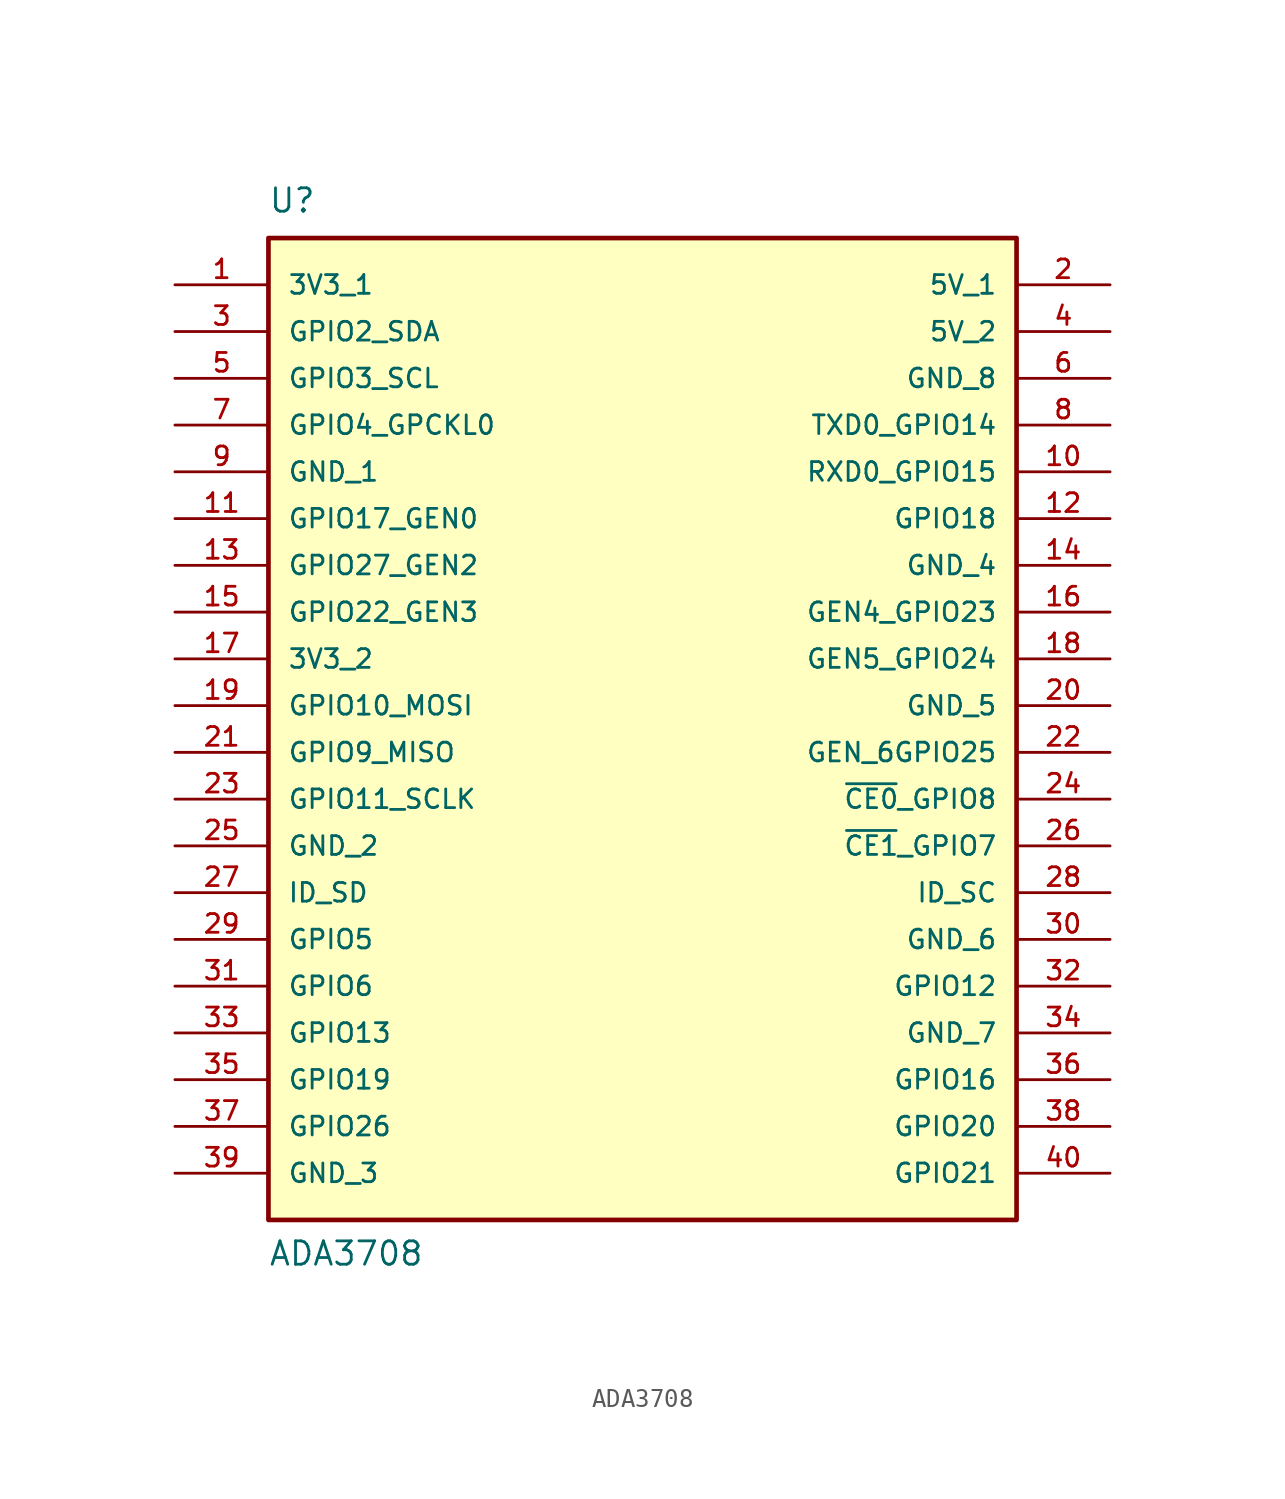
<source format=kicad_sym>
(kicad_symbol_lib
  (version 20211014)
  (generator kicad_symbol_editor)
  (symbol "ADA3708"
    (pin_names
      (offset 1.016))
    (property "Reference" "U"
      (at -20.34 26.696 0)
      (effects (font (size 1.27 1.27)) (justify bottom left)))
    (property "Value" "ADA3708"
      (at -20.339 -30.509 0)
      (effects (font (size 1.27 1.27)) (justify bottom left)))
    (symbol "ADA3708_0_0"
      (rectangle (start -20.32 -27.94) (end 20.32 25.4) (stroke (width 0.254)) (fill (type background)))
      (pin power_in line (at 25.4 22.86 180.0) (length 5.08) (name "5V_1" (effects (font (size 1.016 1.016)))) (number "2" (effects (font (size 1.016 1.016)))))
      (pin power_in line (at -25.4 22.86 0) (length 5.08) (name "3V3_1" (effects (font (size 1.016 1.016)))) (number "1" (effects (font (size 1.016 1.016)))))
      (pin bidirectional line (at -25.4 20.32 0) (length 5.08) (name "GPIO2_SDA" (effects (font (size 1.016 1.016)))) (number "3" (effects (font (size 1.016 1.016)))))
      (pin power_in line (at 25.4 20.32 180.0) (length 5.08) (name "5V_2" (effects (font (size 1.016 1.016)))) (number "4" (effects (font (size 1.016 1.016)))))
      (pin bidirectional line (at -25.4 17.78 0) (length 5.08) (name "GPIO3_SCL" (effects (font (size 1.016 1.016)))) (number "5" (effects (font (size 1.016 1.016)))))
      (pin power_in line (at 25.4 17.78 180.0) (length 5.08) (name "GND_8" (effects (font (size 1.016 1.016)))) (number "6" (effects (font (size 1.016 1.016)))))
      (pin bidirectional line (at -25.4 15.24 0) (length 5.08) (name "GPIO4_GPCKL0" (effects (font (size 1.016 1.016)))) (number "7" (effects (font (size 1.016 1.016)))))
      (pin bidirectional line (at 25.4 15.24 180.0) (length 5.08) (name "TXD0_GPIO14" (effects (font (size 1.016 1.016)))) (number "8" (effects (font (size 1.016 1.016)))))
      (pin power_in line (at -25.4 12.7 0) (length 5.08) (name "GND_1" (effects (font (size 1.016 1.016)))) (number "9" (effects (font (size 1.016 1.016)))))
      (pin bidirectional line (at 25.4 12.7 180.0) (length 5.08) (name "RXD0_GPIO15" (effects (font (size 1.016 1.016)))) (number "10" (effects (font (size 1.016 1.016)))))
      (pin bidirectional line (at -25.4 10.16 0) (length 5.08) (name "GPIO17_GEN0" (effects (font (size 1.016 1.016)))) (number "11" (effects (font (size 1.016 1.016)))))
      (pin bidirectional line (at 25.4 10.16 180.0) (length 5.08) (name "GPIO18" (effects (font (size 1.016 1.016)))) (number "12" (effects (font (size 1.016 1.016)))))
      (pin bidirectional line (at -25.4 7.62 0) (length 5.08) (name "GPIO27_GEN2" (effects (font (size 1.016 1.016)))) (number "13" (effects (font (size 1.016 1.016)))))
      (pin power_in line (at 25.4 7.62 180.0) (length 5.08) (name "GND_4" (effects (font (size 1.016 1.016)))) (number "14" (effects (font (size 1.016 1.016)))))
      (pin bidirectional line (at -25.4 5.08 0) (length 5.08) (name "GPIO22_GEN3" (effects (font (size 1.016 1.016)))) (number "15" (effects (font (size 1.016 1.016)))))
      (pin bidirectional line (at 25.4 5.08 180.0) (length 5.08) (name "GEN4_GPIO23" (effects (font (size 1.016 1.016)))) (number "16" (effects (font (size 1.016 1.016)))))
      (pin power_in line (at -25.4 2.54 0) (length 5.08) (name "3V3_2" (effects (font (size 1.016 1.016)))) (number "17" (effects (font (size 1.016 1.016)))))
      (pin bidirectional line (at 25.4 2.54 180.0) (length 5.08) (name "GEN5_GPIO24" (effects (font (size 1.016 1.016)))) (number "18" (effects (font (size 1.016 1.016)))))
      (pin bidirectional line (at -25.4 0.0 0) (length 5.08) (name "GPIO10_MOSI" (effects (font (size 1.016 1.016)))) (number "19" (effects (font (size 1.016 1.016)))))
      (pin power_in line (at 25.4 0.0 180.0) (length 5.08) (name "GND_5" (effects (font (size 1.016 1.016)))) (number "20" (effects (font (size 1.016 1.016)))))
      (pin bidirectional line (at -25.4 -2.54 0) (length 5.08) (name "GPIO9_MISO" (effects (font (size 1.016 1.016)))) (number "21" (effects (font (size 1.016 1.016)))))
      (pin bidirectional line (at 25.4 -2.54 180.0) (length 5.08) (name "GEN_6GPIO25" (effects (font (size 1.016 1.016)))) (number "22" (effects (font (size 1.016 1.016)))))
      (pin bidirectional line (at -25.4 -5.08 0) (length 5.08) (name "GPIO11_SCLK" (effects (font (size 1.016 1.016)))) (number "23" (effects (font (size 1.016 1.016)))))
      (pin bidirectional line (at 25.4 -5.08 180.0) (length 5.08) (name "~{CE0}_GPIO8" (effects (font (size 1.016 1.016)))) (number "24" (effects (font (size 1.016 1.016)))))
      (pin power_in line (at -25.4 -7.62 0) (length 5.08) (name "GND_2" (effects (font (size 1.016 1.016)))) (number "25" (effects (font (size 1.016 1.016)))))
      (pin bidirectional line (at 25.4 -7.62 180.0) (length 5.08) (name "~{CE1}_GPIO7" (effects (font (size 1.016 1.016)))) (number "26" (effects (font (size 1.016 1.016)))))
      (pin bidirectional line (at -25.4 -10.16 0) (length 5.08) (name "ID_SD" (effects (font (size 1.016 1.016)))) (number "27" (effects (font (size 1.016 1.016)))))
      (pin bidirectional line (at 25.4 -10.16 180.0) (length 5.08) (name "ID_SC" (effects (font (size 1.016 1.016)))) (number "28" (effects (font (size 1.016 1.016)))))
      (pin bidirectional line (at -25.4 -12.7 0) (length 5.08) (name "GPIO5" (effects (font (size 1.016 1.016)))) (number "29" (effects (font (size 1.016 1.016)))))
      (pin power_in line (at 25.4 -12.7 180.0) (length 5.08) (name "GND_6" (effects (font (size 1.016 1.016)))) (number "30" (effects (font (size 1.016 1.016)))))
      (pin bidirectional line (at -25.4 -15.24 0) (length 5.08) (name "GPIO6" (effects (font (size 1.016 1.016)))) (number "31" (effects (font (size 1.016 1.016)))))
      (pin bidirectional line (at 25.4 -15.24 180.0) (length 5.08) (name "GPIO12" (effects (font (size 1.016 1.016)))) (number "32" (effects (font (size 1.016 1.016)))))
      (pin bidirectional line (at -25.4 -17.78 0) (length 5.08) (name "GPIO13" (effects (font (size 1.016 1.016)))) (number "33" (effects (font (size 1.016 1.016)))))
      (pin power_in line (at 25.4 -17.78 180.0) (length 5.08) (name "GND_7" (effects (font (size 1.016 1.016)))) (number "34" (effects (font (size 1.016 1.016)))))
      (pin bidirectional line (at -25.4 -20.32 0) (length 5.08) (name "GPIO19" (effects (font (size 1.016 1.016)))) (number "35" (effects (font (size 1.016 1.016)))))
      (pin bidirectional line (at 25.4 -20.32 180.0) (length 5.08) (name "GPIO16" (effects (font (size 1.016 1.016)))) (number "36" (effects (font (size 1.016 1.016)))))
      (pin bidirectional line (at -25.4 -22.86 0) (length 5.08) (name "GPIO26" (effects (font (size 1.016 1.016)))) (number "37" (effects (font (size 1.016 1.016)))))
      (pin bidirectional line (at 25.4 -22.86 180.0) (length 5.08) (name "GPIO20" (effects (font (size 1.016 1.016)))) (number "38" (effects (font (size 1.016 1.016)))))
      (pin power_in line (at -25.4 -25.4 0) (length 5.08) (name "GND_3" (effects (font (size 1.016 1.016)))) (number "39" (effects (font (size 1.016 1.016)))))
      (pin bidirectional line (at 25.4 -25.4 180.0) (length 5.08) (name "GPIO21" (effects (font (size 1.016 1.016)))) (number "40" (effects (font (size 1.016 1.016))))))))
</source>
